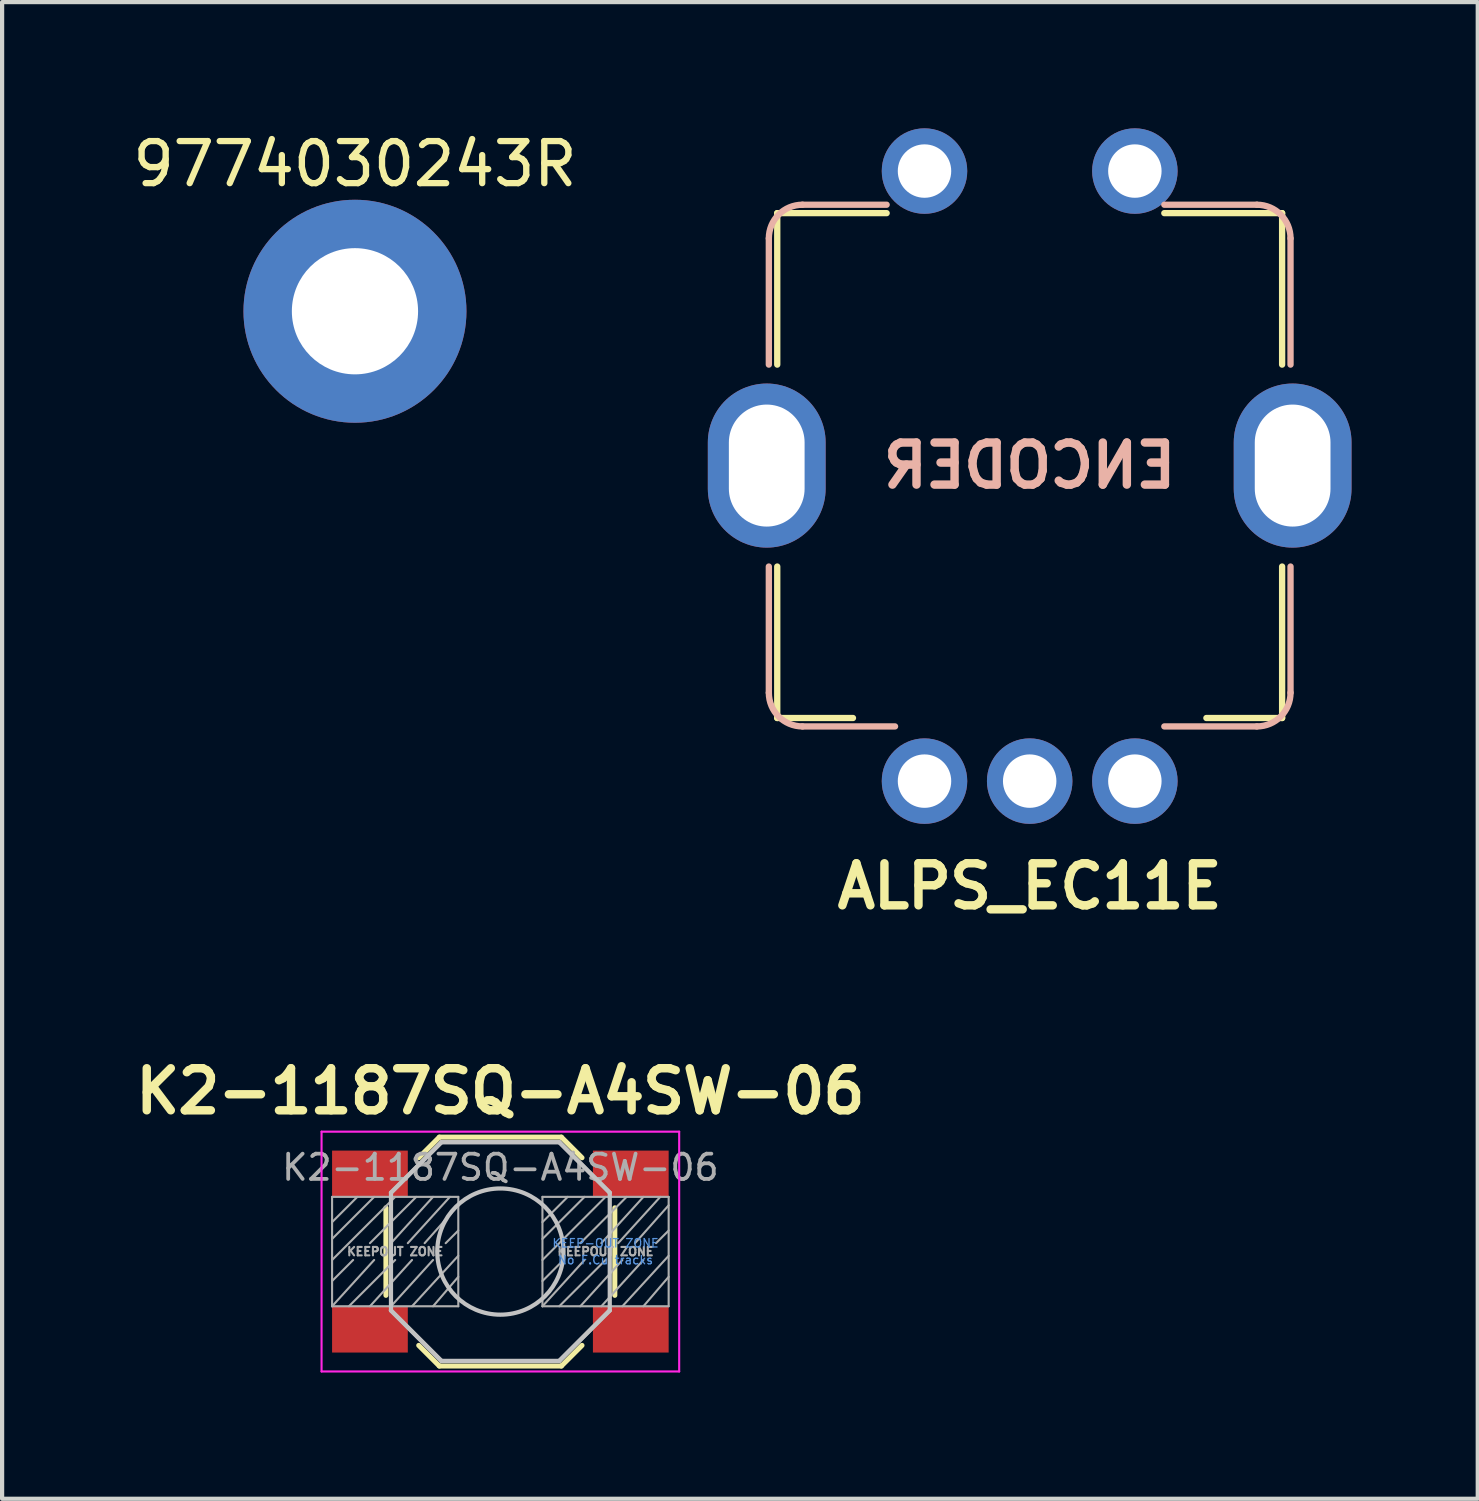
<source format=kicad_pcb>
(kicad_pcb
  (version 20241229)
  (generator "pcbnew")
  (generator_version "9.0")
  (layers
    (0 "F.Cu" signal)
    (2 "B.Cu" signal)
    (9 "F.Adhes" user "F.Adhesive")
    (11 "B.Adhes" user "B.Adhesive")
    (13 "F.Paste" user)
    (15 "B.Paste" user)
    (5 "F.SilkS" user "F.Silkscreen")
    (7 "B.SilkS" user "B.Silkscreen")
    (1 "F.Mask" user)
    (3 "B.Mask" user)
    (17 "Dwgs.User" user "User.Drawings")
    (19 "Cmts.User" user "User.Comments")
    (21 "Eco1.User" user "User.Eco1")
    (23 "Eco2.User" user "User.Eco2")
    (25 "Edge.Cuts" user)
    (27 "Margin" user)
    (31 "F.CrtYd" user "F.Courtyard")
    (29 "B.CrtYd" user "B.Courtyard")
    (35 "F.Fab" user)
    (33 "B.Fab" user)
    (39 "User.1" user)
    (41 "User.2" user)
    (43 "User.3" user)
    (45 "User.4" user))
  (footprint "9774030243R"
    (layer "F.Cu")
    (at 5.387 4.348)
    (property "Reference" "9774030243R" (at 0 -3.5 0) (layer "F.SilkS") (effects (font (size 1 1) (thickness 0.15))))
    (attr smd)
    (fp_arc (start -2.075 0) (mid -1.91705 -0.794068) (end -1.467247 -1.467247) (stroke (width 1.15) (type solid)) (layer "F.Paste"))
    (fp_arc (start 0 -2.075) (mid 0.794068 -1.91705) (end 1.467247 -1.467247) (stroke (width 1.15) (type solid)) (layer "F.Paste"))
    (fp_arc (start 0 2.075) (mid -0.794068 1.91705) (end -1.467247 1.467247) (stroke (width 1.15) (type solid)) (layer "F.Paste"))
    (fp_arc (start 2.075 0) (mid 1.91705 0.794068) (end 1.467247 1.467247) (stroke (width 1.15) (type solid)) (layer "F.Paste"))
    (pad "" connect circle (at 0 0) (size 2.9 2.9) (layers "B.Mask"))
    (pad "1" thru_hole circle (at 0 0) (size 5.3 5.3) (drill 3) (layers "*.Cu" "F.Mask")))
  (footprint "ALPS_EC11E"
    (layer "F.Cu")
    (at 21.424 8.016)
    (property "Reference" "ALPS_EC11E" (at 0 10 0) (layer "F.SilkS") (effects (font (size 1 1) (thickness 0.2))))
    (fp_line (start -6 -6) (end -3.4 -6) (stroke (width 0.15) (type solid)) (layer "F.SilkS"))
    (fp_line (start -6 -2.4) (end -6 -6) (stroke (width 0.15) (type solid)) (layer "F.SilkS"))
    (fp_line (start -6 6) (end -6 2.4) (stroke (width 0.15) (type solid)) (layer "F.SilkS"))
    (fp_line (start -4.2 6) (end -6 6) (stroke (width 0.15) (type solid)) (layer "F.SilkS"))
    (fp_line (start 3.2 -6) (end 6 -6) (stroke (width 0.15) (type solid)) (layer "F.SilkS"))
    (fp_line (start 6 -6) (end 6 -2.4) (stroke (width 0.15) (type solid)) (layer "F.SilkS"))
    (fp_line (start 6 6) (end 4.2 6) (stroke (width 0.15) (type solid)) (layer "F.SilkS"))
    (fp_line (start 6 6) (end 6 2.4) (stroke (width 0.15) (type solid)) (layer "F.SilkS"))
    (fp_line (start -6.2 -2.4) (end -6.2 -5.4) (stroke (width 0.15) (type solid)) (layer "B.SilkS"))
    (fp_line (start -6.2 5.4) (end -6.2 2.4) (stroke (width 0.15) (type solid)) (layer "B.SilkS"))
    (fp_line (start -5.4 -6.2) (end -3.4 -6.2) (stroke (width 0.15) (type solid)) (layer "B.SilkS"))
    (fp_line (start -5.4 6.2) (end -3.2 6.2) (stroke (width 0.15) (type solid)) (layer "B.SilkS"))
    (fp_line (start 5.4 -6.2) (end 3.2 -6.2) (stroke (width 0.15) (type solid)) (layer "B.SilkS"))
    (fp_line (start 5.4 6.2) (end 3.2 6.2) (stroke (width 0.15) (type solid)) (layer "B.SilkS"))
    (fp_line (start 6.2 -2.4) (end 6.2 -5.4) (stroke (width 0.15) (type solid)) (layer "B.SilkS"))
    (fp_line (start 6.2 5.4) (end 6.2 2.4) (stroke (width 0.15) (type solid)) (layer "B.SilkS"))
    (fp_arc (start -6.2 -5.4) (mid -5.965685 -5.965685) (end -5.4 -6.2) (stroke (width 0.15) (type solid)) (layer "B.SilkS"))
    (fp_arc (start -5.4 6.2) (mid -5.965685 5.965685) (end -6.2 5.4) (stroke (width 0.15) (type solid)) (layer "B.SilkS"))
    (fp_arc (start 5.4 -6.2) (mid 5.965685 -5.965685) (end 6.2 -5.4) (stroke (width 0.15) (type solid)) (layer "B.SilkS"))
    (fp_arc (start 6.2 5.4) (mid 5.965685 5.965685) (end 5.4 6.2) (stroke (width 0.15) (type solid)) (layer "B.SilkS"))
    (fp_text user "ENCODER" (at 0 0 0) (layer "B.SilkS") (effects (font (size 1 1) (thickness 0.2)) (justify mirror)))
    (pad "" connect oval (at -6.25 0) (size 1.651 2.769) (layers "B.Mask"))
    (pad "" smd circle (at -2.5 -7) (size 1.016 1.016) (layers "B.Mask"))
    (pad "" smd circle (at -2.5 7.5) (size 1.016 1.016) (layers "B.Mask"))
    (pad "" smd circle (at 0 7.5) (size 1.016 1.016) (layers "B.Mask"))
    (pad "" smd circle (at 2.5 -7) (size 1.016 1.016) (layers "B.Mask"))
    (pad "" smd circle (at 2.5 7.5) (size 1.016 1.016) (layers "B.Mask"))
    (pad "" connect oval (at 6.25 0) (size 1.651 2.769) (layers "B.Mask"))
    (pad "A" thru_hole circle (at -2.5 7.5) (size 2.032 2.032) (drill 1.27) (layers "*.Cu" "F.Mask"))
    (pad "B" thru_hole circle (at 2.5 7.5) (size 2.032 2.032) (drill 1.27) (layers "*.Cu" "F.Mask"))
    (pad "C" thru_hole circle (at 0 7.5) (size 2.032 2.032) (drill 1.27) (layers "*.Cu" "F.Mask"))
    (pad "S" thru_hole oval (at -6.25 0) (size 2.8 3.9) (drill oval 1.8 2.9) (layers "*.Cu" "F.Mask"))
    (pad "S" thru_hole oval (at 6.25 0) (size 2.8 3.9) (drill oval 1.8 2.9) (layers "*.Cu" "F.Mask"))
    (pad "S1" thru_hole circle (at -2.5 -7) (size 2.032 2.032) (drill 1.27) (layers "*.Cu" "F.Mask"))
    (pad "S2" thru_hole circle (at 2.5 -7) (size 2.032 2.032) (drill 1.27) (layers "*.Cu" "F.Mask")))
  (footprint "K2-1187SQ-A4SW-06"
    (layer "F.Cu")
    (at 8.843 26.698)
    (property "Reference" "K2-1187SQ-A4SW-06" (at 0 -3.81 0) (layer "F.SilkS") (effects (font (size 1 1) (thickness 0.2))))
    (attr smd)
    (fp_line (start -2.72 1.04) (end -2.72 -1.04) (stroke (width 0.12) (type solid)) (layer "F.SilkS"))
    (fp_line (start -1.45 -2.72) (end -1.94 -2.23) (stroke (width 0.12) (type solid)) (layer "F.SilkS"))
    (fp_line (start -1.45 -2.72) (end 1.45 -2.72) (stroke (width 0.12) (type solid)) (layer "F.SilkS"))
    (fp_line (start -1.45 2.72) (end -1.94 2.23) (stroke (width 0.12) (type solid)) (layer "F.SilkS"))
    (fp_line (start -1.45 2.72) (end 1.45 2.72) (stroke (width 0.12) (type solid)) (layer "F.SilkS"))
    (fp_line (start 1.45 -2.72) (end 1.94 -2.23) (stroke (width 0.12) (type solid)) (layer "F.SilkS"))
    (fp_line (start 1.45 2.72) (end 1.94 2.23) (stroke (width 0.12) (type solid)) (layer "F.SilkS"))
    (fp_line (start 2.72 1.04) (end 2.72 -1.04) (stroke (width 0.12) (type solid)) (layer "F.SilkS"))
    (fp_line (start -2.6 -1.4) (end -1.4 -2.6) (stroke (width 0.1) (type solid)) (layer "Dwgs.User"))
    (fp_line (start -2.6 1.4) (end -2.6 -1.4) (stroke (width 0.1) (type solid)) (layer "Dwgs.User"))
    (fp_line (start -1.4 -2.6) (end 1.4 -2.6) (stroke (width 0.1) (type solid)) (layer "Dwgs.User"))
    (fp_line (start -1.4 2.6) (end -2.6 1.4) (stroke (width 0.1) (type solid)) (layer "Dwgs.User"))
    (fp_line (start 1.4 -2.6) (end 2.6 -1.4) (stroke (width 0.1) (type solid)) (layer "Dwgs.User"))
    (fp_line (start 1.4 2.6) (end -1.4 2.6) (stroke (width 0.1) (type solid)) (layer "Dwgs.User"))
    (fp_line (start 2.6 -1.4) (end 2.6 1.4) (stroke (width 0.1) (type solid)) (layer "Dwgs.User"))
    (fp_line (start 2.6 1.4) (end 1.4 2.6) (stroke (width 0.1) (type solid)) (layer "Dwgs.User"))
    (fp_circle (center 0 0) (end 1.5 0) (stroke (width 0.1) (type solid)) (fill no) (layer "Dwgs.User"))
    (fp_line (start -4.25 -2.85) (end -4.25 2.85) (stroke (width 0.05) (type solid)) (layer "F.CrtYd"))
    (fp_line (start -4.25 2.85) (end 4.25 2.85) (stroke (width 0.05) (type solid)) (layer "F.CrtYd"))
    (fp_line (start 4.25 -2.85) (end -4.25 -2.85) (stroke (width 0.05) (type solid)) (layer "F.CrtYd"))
    (fp_line (start 4.25 2.85) (end 4.25 -2.85) (stroke (width 0.05) (type solid)) (layer "F.CrtYd"))
    (fp_line (start -4 -1.3) (end -1 -1.3) (stroke (width 0.05) (type solid)) (layer "F.Fab"))
    (fp_line (start -4 -0.7) (end -3.4 -1.3) (stroke (width 0.05) (type solid)) (layer "F.Fab"))
    (fp_line (start -4 -0.3) (end -3 -1.3) (stroke (width 0.05) (type solid)) (layer "F.Fab"))
    (fp_line (start -4 0.2) (end -2.5 -1.3) (stroke (width 0.05) (type solid)) (layer "F.Fab"))
    (fp_line (start -4 0.7) (end -3.5 0.2) (stroke (width 0.05) (type solid)) (layer "F.Fab"))
    (fp_line (start -4 1.3) (end -4 -1.3) (stroke (width 0.05) (type solid)) (layer "F.Fab"))
    (fp_line (start -4 1.3) (end -3 0.2) (stroke (width 0.05) (type solid)) (layer "F.Fab"))
    (fp_line (start -3.1 1.3) (end -2.1 0.2) (stroke (width 0.05) (type solid)) (layer "F.Fab"))
    (fp_line (start -2.6 -1.4) (end -1.4 -2.6) (stroke (width 0.1) (type solid)) (layer "F.Fab"))
    (fp_line (start -2.6 1.3) (end -1.6 0.2) (stroke (width 0.05) (type solid)) (layer "F.Fab"))
    (fp_line (start -2.5 0.2) (end -3.6 1.3) (stroke (width 0.05) (type solid)) (layer "F.Fab"))
    (fp_line (start -2.2 -0.2) (end -1.2 -1.3) (stroke (width 0.05) (type solid)) (layer "F.Fab"))
    (fp_line (start -2.1 1.3) (end -1 0.1) (stroke (width 0.05) (type solid)) (layer "F.Fab"))
    (fp_line (start -2 -1.3) (end -3.1 -0.2) (stroke (width 0.05) (type solid)) (layer "F.Fab"))
    (fp_line (start -1.6 -1.3) (end -2.6 -0.2) (stroke (width 0.05) (type solid)) (layer "F.Fab"))
    (fp_line (start -1.403 2.597) (end -2.603 1.397) (stroke (width 0.1) (type solid)) (layer "F.Fab"))
    (fp_line (start -1.4 -2.6) (end 1.4 -2.6) (stroke (width 0.1) (type solid)) (layer "F.Fab"))
    (fp_line (start -1 -1.3) (end -1 1.3) (stroke (width 0.05) (type solid)) (layer "F.Fab"))
    (fp_line (start -1 -1.1) (end -1.8 -0.2) (stroke (width 0.05) (type solid)) (layer "F.Fab"))
    (fp_line (start -1 -0.5) (end -1.3 -0.2) (stroke (width 0.05) (type solid)) (layer "F.Fab"))
    (fp_line (start -1 0.6) (end -1.6 1.3) (stroke (width 0.05) (type solid)) (layer "F.Fab"))
    (fp_line (start -1 1.3) (end -4 1.3) (stroke (width 0.05) (type solid)) (layer "F.Fab"))
    (fp_line (start 1 -1.3) (end 4 -1.3) (stroke (width 0.05) (type solid)) (layer "F.Fab"))
    (fp_line (start 1 -0.7) (end 1.6 -1.3) (stroke (width 0.05) (type solid)) (layer "F.Fab"))
    (fp_line (start 1 -0.3) (end 2 -1.3) (stroke (width 0.05) (type solid)) (layer "F.Fab"))
    (fp_line (start 1 0.2) (end 2.5 -1.3) (stroke (width 0.05) (type solid)) (layer "F.Fab"))
    (fp_line (start 1 0.7) (end 1.5 0.2) (stroke (width 0.05) (type solid)) (layer "F.Fab"))
    (fp_line (start 1 1.3) (end 1 -1.3) (stroke (width 0.05) (type solid)) (layer "F.Fab"))
    (fp_line (start 1 1.3) (end 2 0.2) (stroke (width 0.05) (type solid)) (layer "F.Fab"))
    (fp_line (start 1.4 -2.6) (end 2.6 -1.4) (stroke (width 0.1) (type solid)) (layer "F.Fab"))
    (fp_line (start 1.4 2.6) (end -1.4 2.6) (stroke (width 0.1) (type solid)) (layer "F.Fab"))
    (fp_line (start 1.9 1.3) (end 2.9 0.2) (stroke (width 0.05) (type solid)) (layer "F.Fab"))
    (fp_line (start 2.4 1.3) (end 3.4 0.2) (stroke (width 0.05) (type solid)) (layer "F.Fab"))
    (fp_line (start 2.5 0.2) (end 1.4 1.3) (stroke (width 0.05) (type solid)) (layer "F.Fab"))
    (fp_line (start 2.597 1.4) (end 1.397 2.6) (stroke (width 0.1) (type solid)) (layer "F.Fab"))
    (fp_line (start 2.8 -0.2) (end 3.8 -1.3) (stroke (width 0.05) (type solid)) (layer "F.Fab"))
    (fp_line (start 2.9 1.3) (end 4 0.1) (stroke (width 0.05) (type solid)) (layer "F.Fab"))
    (fp_line (start 3 -1.3) (end 1.9 -0.2) (stroke (width 0.05) (type solid)) (layer "F.Fab"))
    (fp_line (start 3.4 -1.3) (end 2.4 -0.2) (stroke (width 0.05) (type solid)) (layer "F.Fab"))
    (fp_line (start 4 -1.3) (end 4 1.3) (stroke (width 0.05) (type solid)) (layer "F.Fab"))
    (fp_line (start 4 -1.1) (end 3.2 -0.2) (stroke (width 0.05) (type solid)) (layer "F.Fab"))
    (fp_line (start 4 -0.5) (end 3.7 -0.2) (stroke (width 0.05) (type solid)) (layer "F.Fab"))
    (fp_line (start 4 0.6) (end 3.4 1.3) (stroke (width 0.05) (type solid)) (layer "F.Fab"))
    (fp_line (start 4 1.3) (end 1 1.3) (stroke (width 0.05) (type solid)) (layer "F.Fab"))
    (fp_text user "No F.Cu tracks" (at 2.5 0.2 0) (layer "Cmts.User") (effects (font (size 0.2 0.2) (thickness 0.03))))
    (fp_text user "KEEP-OUT ZONE" (at 2.5 -0.2 0) (layer "Cmts.User") (effects (font (size 0.2 0.2) (thickness 0.03))))
    (fp_text user "KEEPOUT ZONE" (at 2.5 0 180) (layer "F.Fab") (effects (font (size 0.2 0.2) (thickness 0.05))))
    (fp_text user "${REFERENCE}" (at 0 -2 180) (layer "F.Fab") (effects (font (size 0.6 0.6) (thickness 0.09))))
    (fp_text user "KEEPOUT ZONE" (at -2.5 0 180) (layer "F.Fab") (effects (font (size 0.2 0.2) (thickness 0.05))))
    (pad "1" smd rect (at -3.1 -1.85) (size 1.8 1.1) (layers "F.Cu" "F.Mask" "F.Paste"))
    (pad "1" smd rect (at 3.1 -1.85) (size 1.8 1.1) (layers "F.Cu" "F.Mask" "F.Paste"))
    (pad "2" smd rect (at -3.1 1.85) (size 1.8 1.1) (layers "F.Cu" "F.Mask" "F.Paste"))
    (pad "2" smd rect (at 3.1 1.85) (size 1.8 1.1) (layers "F.Cu" "F.Mask" "F.Paste")))
  (gr_rect
    (start -3 -3)
    (end 32.074 32.573)
    (stroke (width 0.1) (type default))
    (fill no)
    (layer "Edge.Cuts")))
</source>
